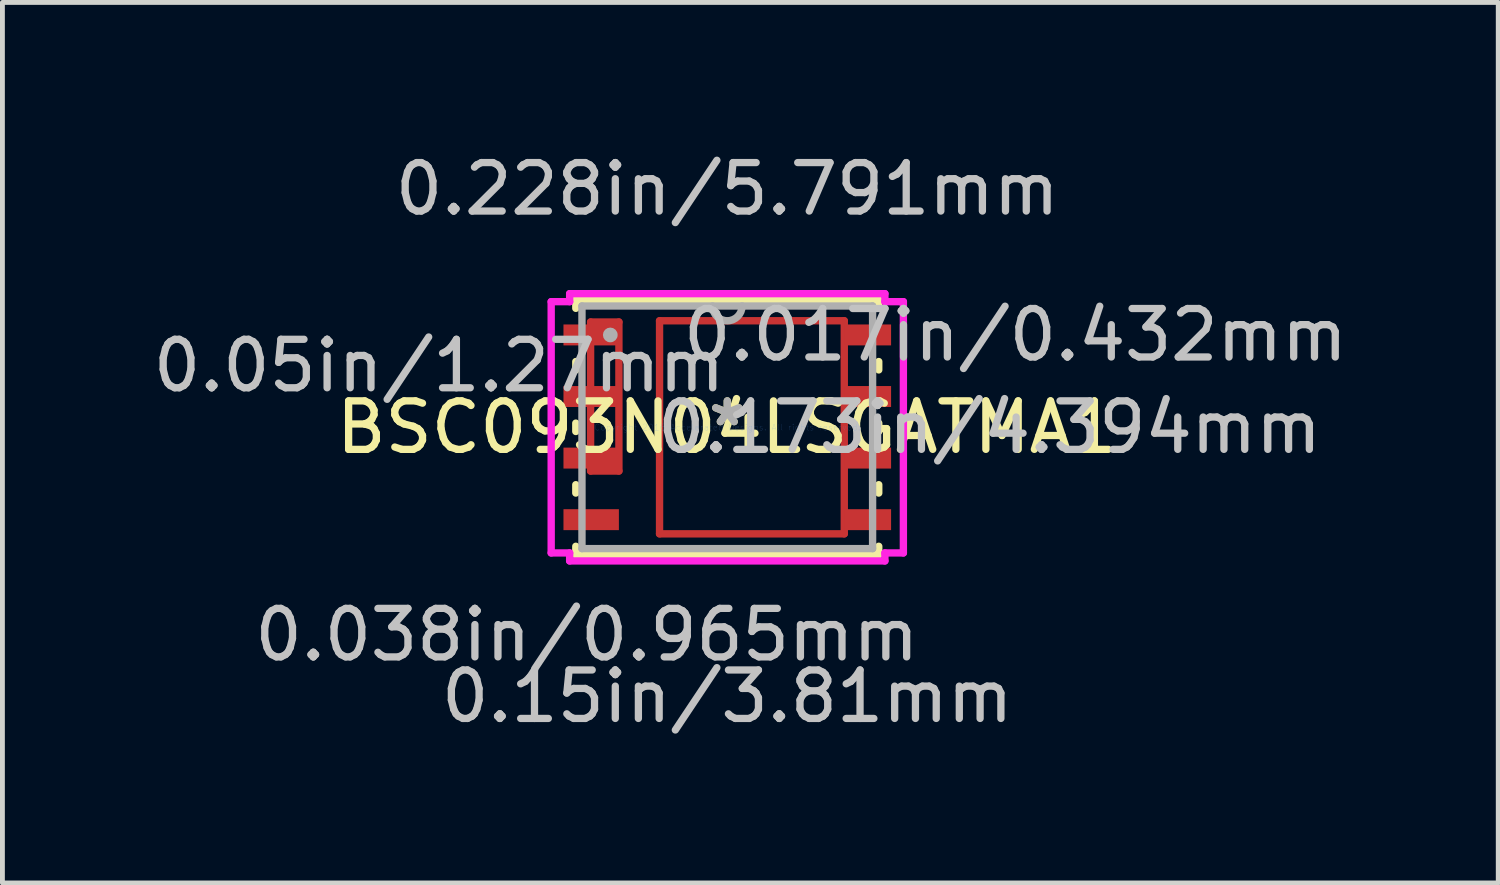
<source format=kicad_pcb>
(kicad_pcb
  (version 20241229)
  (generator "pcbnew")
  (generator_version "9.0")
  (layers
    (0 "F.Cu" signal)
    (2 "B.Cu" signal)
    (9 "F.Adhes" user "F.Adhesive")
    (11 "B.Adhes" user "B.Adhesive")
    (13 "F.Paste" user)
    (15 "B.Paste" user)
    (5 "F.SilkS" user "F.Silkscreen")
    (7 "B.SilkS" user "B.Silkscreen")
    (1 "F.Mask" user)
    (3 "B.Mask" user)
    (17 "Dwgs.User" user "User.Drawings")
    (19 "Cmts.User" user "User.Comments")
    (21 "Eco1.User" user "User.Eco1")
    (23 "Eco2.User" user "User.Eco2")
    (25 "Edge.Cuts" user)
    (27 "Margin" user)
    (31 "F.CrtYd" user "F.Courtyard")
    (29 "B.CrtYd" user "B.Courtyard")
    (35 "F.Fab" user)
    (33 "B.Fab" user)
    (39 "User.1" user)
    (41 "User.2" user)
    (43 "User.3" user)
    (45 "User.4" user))
  (footprint "BSC093N04LSGATMA1"
    (layer "F.Cu")
    (at 11.95 5.763)
    (property "Reference" "BSC093N04LSGATMA1" (at 0 0 0) (layer "F.SilkS") (effects (font (size 1 1) (thickness 0.15))))
    (attr through_hole)
    (fp_line (start -2.819 -2.172) (end -2.235 -2.172) (stroke (width 0.152) (type solid)) (layer "F.Cu"))
    (fp_line (start -2.819 0.902) (end -2.819 -2.172) (stroke (width 0.152) (type solid)) (layer "F.Cu"))
    (fp_line (start -2.235 -2.172) (end -2.235 0.902) (stroke (width 0.152) (type solid)) (layer "F.Cu"))
    (fp_line (start -2.235 0.902) (end -2.819 0.902) (stroke (width 0.152) (type solid)) (layer "F.Cu"))
    (fp_line (start -1.397 -2.197) (end -1.397 2.197) (stroke (width 0.152) (type solid)) (layer "F.Cu"))
    (fp_line (start -1.397 2.197) (end 2.413 2.197) (stroke (width 0.152) (type solid)) (layer "F.Cu"))
    (fp_line (start 2.413 -2.197) (end -1.397 -2.197) (stroke (width 0.152) (type solid)) (layer "F.Cu"))
    (fp_line (start 2.413 2.197) (end 2.413 -2.197) (stroke (width 0.152) (type solid)) (layer "F.Cu"))
    (fp_line (start -2.819 -2.172) (end -2.235 -2.172) (stroke (width 0.152) (type solid)) (layer "F.Mask"))
    (fp_line (start -2.819 0.902) (end -2.819 -2.172) (stroke (width 0.152) (type solid)) (layer "F.Mask"))
    (fp_line (start -2.235 -2.172) (end -2.235 0.902) (stroke (width 0.152) (type solid)) (layer "F.Mask"))
    (fp_line (start -2.235 0.902) (end -2.819 0.902) (stroke (width 0.152) (type solid)) (layer "F.Mask"))
    (fp_line (start -1.397 -2.197) (end -1.397 2.197) (stroke (width 0.152) (type solid)) (layer "F.Mask"))
    (fp_line (start -1.397 2.197) (end 2.413 2.197) (stroke (width 0.152) (type solid)) (layer "F.Mask"))
    (fp_line (start 2.413 -2.197) (end -1.397 -2.197) (stroke (width 0.152) (type solid)) (layer "F.Mask"))
    (fp_line (start 2.413 2.197) (end 2.413 -2.197) (stroke (width 0.152) (type solid)) (layer "F.Mask"))
    (fp_line (start -3.124 -2.629) (end -3.124 -2.454) (stroke (width 0.152) (type solid)) (layer "F.SilkS"))
    (fp_line (start -3.124 -1.356) (end -3.124 -1.184) (stroke (width 0.152) (type solid)) (layer "F.SilkS"))
    (fp_line (start -3.124 -0.086) (end -3.124 0.086) (stroke (width 0.152) (type solid)) (layer "F.SilkS"))
    (fp_line (start -3.124 1.184) (end -3.124 1.356) (stroke (width 0.152) (type solid)) (layer "F.SilkS"))
    (fp_line (start -3.124 2.454) (end -3.124 2.629) (stroke (width 0.152) (type solid)) (layer "F.SilkS"))
    (fp_line (start -3.124 2.629) (end 3.124 2.629) (stroke (width 0.152) (type solid)) (layer "F.SilkS"))
    (fp_line (start 3.124 -2.629) (end -3.124 -2.629) (stroke (width 0.152) (type solid)) (layer "F.SilkS"))
    (fp_line (start 3.124 -2.454) (end 3.124 -2.629) (stroke (width 0.152) (type solid)) (layer "F.SilkS"))
    (fp_line (start 3.124 -1.184) (end 3.124 -1.356) (stroke (width 0.152) (type solid)) (layer "F.SilkS"))
    (fp_line (start 3.124 0.086) (end 3.124 -0.086) (stroke (width 0.152) (type solid)) (layer "F.SilkS"))
    (fp_line (start 3.124 1.356) (end 3.124 1.184) (stroke (width 0.152) (type solid)) (layer "F.SilkS"))
    (fp_line (start 3.124 2.629) (end 3.124 2.454) (stroke (width 0.152) (type solid)) (layer "F.SilkS"))
    (fp_line (start -2.819 -2.172) (end -2.235 -2.172) (stroke (width 0.152) (type solid)) (layer "F.Paste"))
    (fp_line (start -2.819 0.902) (end -2.819 -2.172) (stroke (width 0.152) (type solid)) (layer "F.Paste"))
    (fp_line (start -2.235 -2.172) (end -2.235 0.902) (stroke (width 0.152) (type solid)) (layer "F.Paste"))
    (fp_line (start -2.235 0.902) (end -2.819 0.902) (stroke (width 0.152) (type solid)) (layer "F.Paste"))
    (fp_line (start -1.805 -2.097) (end -1.805 -0.832) (stroke (width 0.152) (type solid)) (layer "F.Paste"))
    (fp_line (start -1.805 -0.832) (end -0.735 -0.832) (stroke (width 0.152) (type solid)) (layer "F.Paste"))
    (fp_line (start -1.805 -0.632) (end -1.805 0.632) (stroke (width 0.152) (type solid)) (layer "F.Paste"))
    (fp_line (start -1.805 0.632) (end -0.735 0.632) (stroke (width 0.152) (type solid)) (layer "F.Paste"))
    (fp_line (start -1.805 0.832) (end -1.805 2.097) (stroke (width 0.152) (type solid)) (layer "F.Paste"))
    (fp_line (start -1.805 2.097) (end -0.735 2.097) (stroke (width 0.152) (type solid)) (layer "F.Paste"))
    (fp_line (start -1.397 -2.197) (end -1.397 2.197) (stroke (width 0.152) (type solid)) (layer "F.Paste"))
    (fp_line (start -1.397 2.197) (end 2.413 2.197) (stroke (width 0.152) (type solid)) (layer "F.Paste"))
    (fp_line (start -0.735 -2.097) (end -1.805 -2.097) (stroke (width 0.152) (type solid)) (layer "F.Paste"))
    (fp_line (start -0.735 -0.832) (end -0.735 -2.097) (stroke (width 0.152) (type solid)) (layer "F.Paste"))
    (fp_line (start -0.735 -0.632) (end -1.805 -0.632) (stroke (width 0.152) (type solid)) (layer "F.Paste"))
    (fp_line (start -0.735 0.632) (end -0.735 -0.632) (stroke (width 0.152) (type solid)) (layer "F.Paste"))
    (fp_line (start -0.735 0.832) (end -1.805 0.832) (stroke (width 0.152) (type solid)) (layer "F.Paste"))
    (fp_line (start -0.735 2.097) (end -0.735 0.832) (stroke (width 0.152) (type solid)) (layer "F.Paste"))
    (fp_line (start -0.535 -2.097) (end -0.535 -0.832) (stroke (width 0.152) (type solid)) (layer "F.Paste"))
    (fp_line (start -0.535 -0.832) (end 0.535 -0.832) (stroke (width 0.152) (type solid)) (layer "F.Paste"))
    (fp_line (start -0.535 -0.632) (end -0.535 0.632) (stroke (width 0.152) (type solid)) (layer "F.Paste"))
    (fp_line (start -0.535 0.632) (end 0.535 0.632) (stroke (width 0.152) (type solid)) (layer "F.Paste"))
    (fp_line (start -0.535 0.832) (end -0.535 2.097) (stroke (width 0.152) (type solid)) (layer "F.Paste"))
    (fp_line (start -0.535 2.097) (end 0.535 2.097) (stroke (width 0.152) (type solid)) (layer "F.Paste"))
    (fp_line (start 0.535 -2.097) (end -0.535 -2.097) (stroke (width 0.152) (type solid)) (layer "F.Paste"))
    (fp_line (start 0.535 -0.832) (end 0.535 -2.097) (stroke (width 0.152) (type solid)) (layer "F.Paste"))
    (fp_line (start 0.535 -0.632) (end -0.535 -0.632) (stroke (width 0.152) (type solid)) (layer "F.Paste"))
    (fp_line (start 0.535 0.632) (end 0.535 -0.632) (stroke (width 0.152) (type solid)) (layer "F.Paste"))
    (fp_line (start 0.535 0.832) (end -0.535 0.832) (stroke (width 0.152) (type solid)) (layer "F.Paste"))
    (fp_line (start 0.535 2.097) (end 0.535 0.832) (stroke (width 0.152) (type solid)) (layer "F.Paste"))
    (fp_line (start 0.735 -2.097) (end 0.735 -0.832) (stroke (width 0.152) (type solid)) (layer "F.Paste"))
    (fp_line (start 0.735 -0.832) (end 1.805 -0.832) (stroke (width 0.152) (type solid)) (layer "F.Paste"))
    (fp_line (start 0.735 -0.632) (end 0.735 0.632) (stroke (width 0.152) (type solid)) (layer "F.Paste"))
    (fp_line (start 0.735 0.632) (end 1.805 0.632) (stroke (width 0.152) (type solid)) (layer "F.Paste"))
    (fp_line (start 0.735 0.832) (end 0.735 2.097) (stroke (width 0.152) (type solid)) (layer "F.Paste"))
    (fp_line (start 0.735 2.097) (end 1.805 2.097) (stroke (width 0.152) (type solid)) (layer "F.Paste"))
    (fp_line (start 1.805 -2.097) (end 0.735 -2.097) (stroke (width 0.152) (type solid)) (layer "F.Paste"))
    (fp_line (start 1.805 -0.832) (end 1.805 -2.097) (stroke (width 0.152) (type solid)) (layer "F.Paste"))
    (fp_line (start 1.805 -0.632) (end 0.735 -0.632) (stroke (width 0.152) (type solid)) (layer "F.Paste"))
    (fp_line (start 1.805 0.632) (end 1.805 -0.632) (stroke (width 0.152) (type solid)) (layer "F.Paste"))
    (fp_line (start 1.805 0.832) (end 0.735 0.832) (stroke (width 0.152) (type solid)) (layer "F.Paste"))
    (fp_line (start 1.805 2.097) (end 1.805 0.832) (stroke (width 0.152) (type solid)) (layer "F.Paste"))
    (fp_line (start 2.413 -2.197) (end -1.397 -2.197) (stroke (width 0.152) (type solid)) (layer "F.Paste"))
    (fp_line (start 2.413 2.197) (end 2.413 -2.197) (stroke (width 0.152) (type solid)) (layer "F.Paste"))
    (fp_line (start -3.632 -2.591) (end -3.251 -2.591) (stroke (width 0.152) (type solid)) (layer "F.CrtYd"))
    (fp_line (start -3.632 2.591) (end -3.632 -2.591) (stroke (width 0.152) (type solid)) (layer "F.CrtYd"))
    (fp_line (start -3.251 -2.756) (end 3.251 -2.756) (stroke (width 0.152) (type solid)) (layer "F.CrtYd"))
    (fp_line (start -3.251 -2.591) (end -3.251 -2.756) (stroke (width 0.152) (type solid)) (layer "F.CrtYd"))
    (fp_line (start -3.251 2.591) (end -3.632 2.591) (stroke (width 0.152) (type solid)) (layer "F.CrtYd"))
    (fp_line (start -3.251 2.756) (end -3.251 2.591) (stroke (width 0.152) (type solid)) (layer "F.CrtYd"))
    (fp_line (start 3.251 -2.756) (end 3.251 -2.591) (stroke (width 0.152) (type solid)) (layer "F.CrtYd"))
    (fp_line (start 3.251 -2.591) (end 3.632 -2.591) (stroke (width 0.152) (type solid)) (layer "F.CrtYd"))
    (fp_line (start 3.251 2.591) (end 3.251 2.756) (stroke (width 0.152) (type solid)) (layer "F.CrtYd"))
    (fp_line (start 3.251 2.756) (end -3.251 2.756) (stroke (width 0.152) (type solid)) (layer "F.CrtYd"))
    (fp_line (start 3.632 -2.591) (end 3.632 2.591) (stroke (width 0.152) (type solid)) (layer "F.CrtYd"))
    (fp_line (start 3.632 2.591) (end 3.251 2.591) (stroke (width 0.152) (type solid)) (layer "F.CrtYd"))
    (fp_line (start -2.997 -2.502) (end -2.997 2.502) (stroke (width 0.152) (type solid)) (layer "F.Fab"))
    (fp_line (start -2.997 2.502) (end 2.997 2.502) (stroke (width 0.152) (type solid)) (layer "F.Fab"))
    (fp_line (start 2.997 -2.502) (end -2.997 -2.502) (stroke (width 0.152) (type solid)) (layer "F.Fab"))
    (fp_line (start 2.997 2.502) (end 2.997 -2.502) (stroke (width 0.152) (type solid)) (layer "F.Fab"))
    (fp_arc (start 0.3048 -2.5019) (mid 0 -2.1971) (end -0.3048 -2.5019) (stroke (width 0.1524) (type solid)) (layer "F.Fab"))
    (fp_circle (center -2.413 -1.905) (end -2.413 -1.905) (stroke (width 0.152) (type solid)) (fill no) (layer "F.Fab"))
    (fp_text user "*" (at 0 0 0) (layer "F.SilkS") (effects (font (size 1 1) (thickness 0.15))))
    (fp_text user "0.017in/0.432mm" (at 5.944 -1.905 0) (layer "Dwgs.User") (effects (font (size 1 1) (thickness 0.15))))
    (fp_text user "0.038in/0.965mm" (at -2.896 4.28 0) (layer "Dwgs.User") (effects (font (size 1 1) (thickness 0.15))))
    (fp_text user "0.15in/3.81mm" (at 0 5.55 0) (layer "Dwgs.User") (effects (font (size 1 1) (thickness 0.15))))
    (fp_text user "0.173in/4.394mm" (at 5.41 0 0) (layer "Dwgs.User") (effects (font (size 1 1) (thickness 0.15))))
    (fp_text user "0.05in/1.27mm" (at -5.944 -1.27 0) (layer "Dwgs.User") (effects (font (size 1 1) (thickness 0.15))))
    (fp_text user "0.228in/5.791mm" (at 0 -4.915 0) (layer "Dwgs.User") (effects (font (size 1 1) (thickness 0.15))))
    (fp_text user "Copyright 2016 Accelerated Designs. All rights reserved." (at 0 0 0) (layer "Cmts.User") (effects (font (size 0.127 0.127) (thickness 0.002))))
    (fp_text user "*" (at 0 0 0) (layer "F.Fab") (effects (font (size 1 1) (thickness 0.15))))
    (pad "1" smd rect (at -2.807 -1.905) (size 1.143 0.432) (layers "F.Cu" "F.Mask" "F.Paste"))
    (pad "2" smd rect (at -2.807 -0.635) (size 1.143 0.432) (layers "F.Cu" "F.Mask" "F.Paste"))
    (pad "3" smd rect (at -2.807 0.635) (size 1.143 0.432) (layers "F.Cu" "F.Mask" "F.Paste"))
    (pad "4" smd rect (at -2.807 1.905) (size 1.143 0.432) (layers "F.Cu" "F.Mask" "F.Paste"))
    (pad "5" smd rect (at 2.896 1.905) (size 0.965 0.432) (layers "F.Cu" "F.Mask" "F.Paste"))
    (pad "6" smd rect (at 2.896 0.635) (size 0.965 0.432) (layers "F.Cu" "F.Mask" "F.Paste"))
    (pad "7" smd rect (at 2.896 -0.635) (size 0.965 0.432) (layers "F.Cu" "F.Mask" "F.Paste"))
    (pad "8" smd rect (at 2.896 -1.905) (size 0.965 0.432) (layers "F.Cu" "F.Mask" "F.Paste")))
  (gr_rect
    (start -3 -3)
    (end 27.851 15.161)
    (stroke (width 0.1) (type default))
    (fill no)
    (layer "Edge.Cuts")))
</source>
